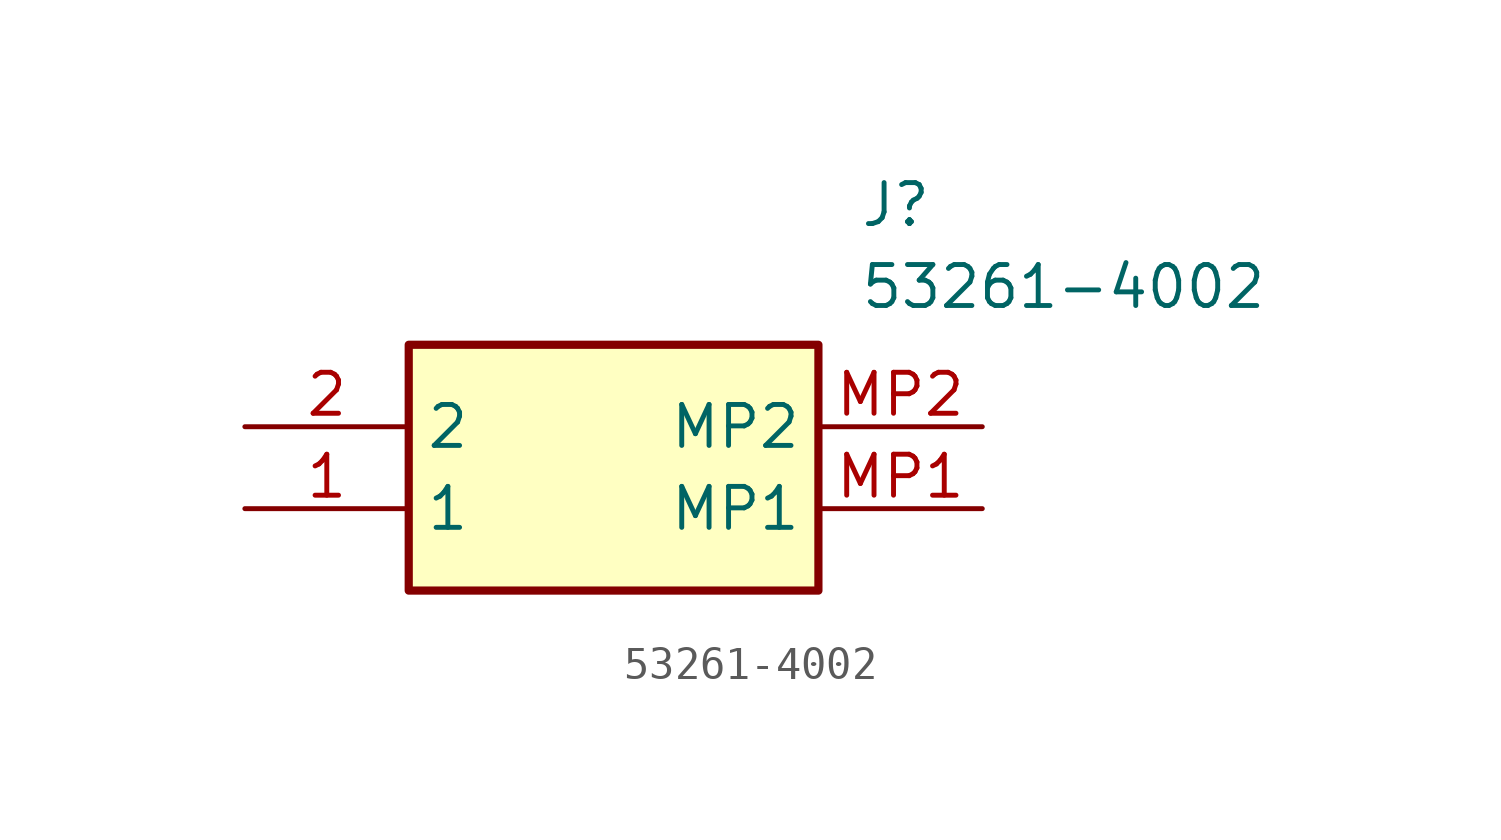
<source format=kicad_sym>
(kicad_symbol_lib
  (version 20211014)
  (generator SamacSys_ECAD_Model)
  (symbol "53261-4002"
    (property "Reference" "J"
      (at 19.05 7.62 0)
      (effects (font (size 1.27 1.27)) (justify left top)))
    (property "Value" "53261-4002"
      (at 19.05 5.08 0)
      (effects (font (size 1.27 1.27)) (justify left top)))
    (rectangle
      (start 5.08 2.54)
      (end 17.78 -5.08)
      (stroke (width 0.254) (type default))
      (fill (type background)))
    (pin passive line
      (at 0 -2.54 0)
      (length 5.08)
      (name "1" (effects (font (size 1.27 1.27))))
      (number "1" (effects (font (size 1.27 1.27)))))
    (pin passive line
      (at 0 0 0)
      (length 5.08)
      (name "2" (effects (font (size 1.27 1.27))))
      (number "2" (effects (font (size 1.27 1.27)))))
    (pin passive line
      (at 22.86 -2.54 180)
      (length 5.08)
      (name "MP1" (effects (font (size 1.27 1.27))))
      (number "MP1" (effects (font (size 1.27 1.27)))))
    (pin passive line
      (at 22.86 0 180)
      (length 5.08)
      (name "MP2" (effects (font (size 1.27 1.27))))
      (number "MP2" (effects (font (size 1.27 1.27)))))))
</source>
